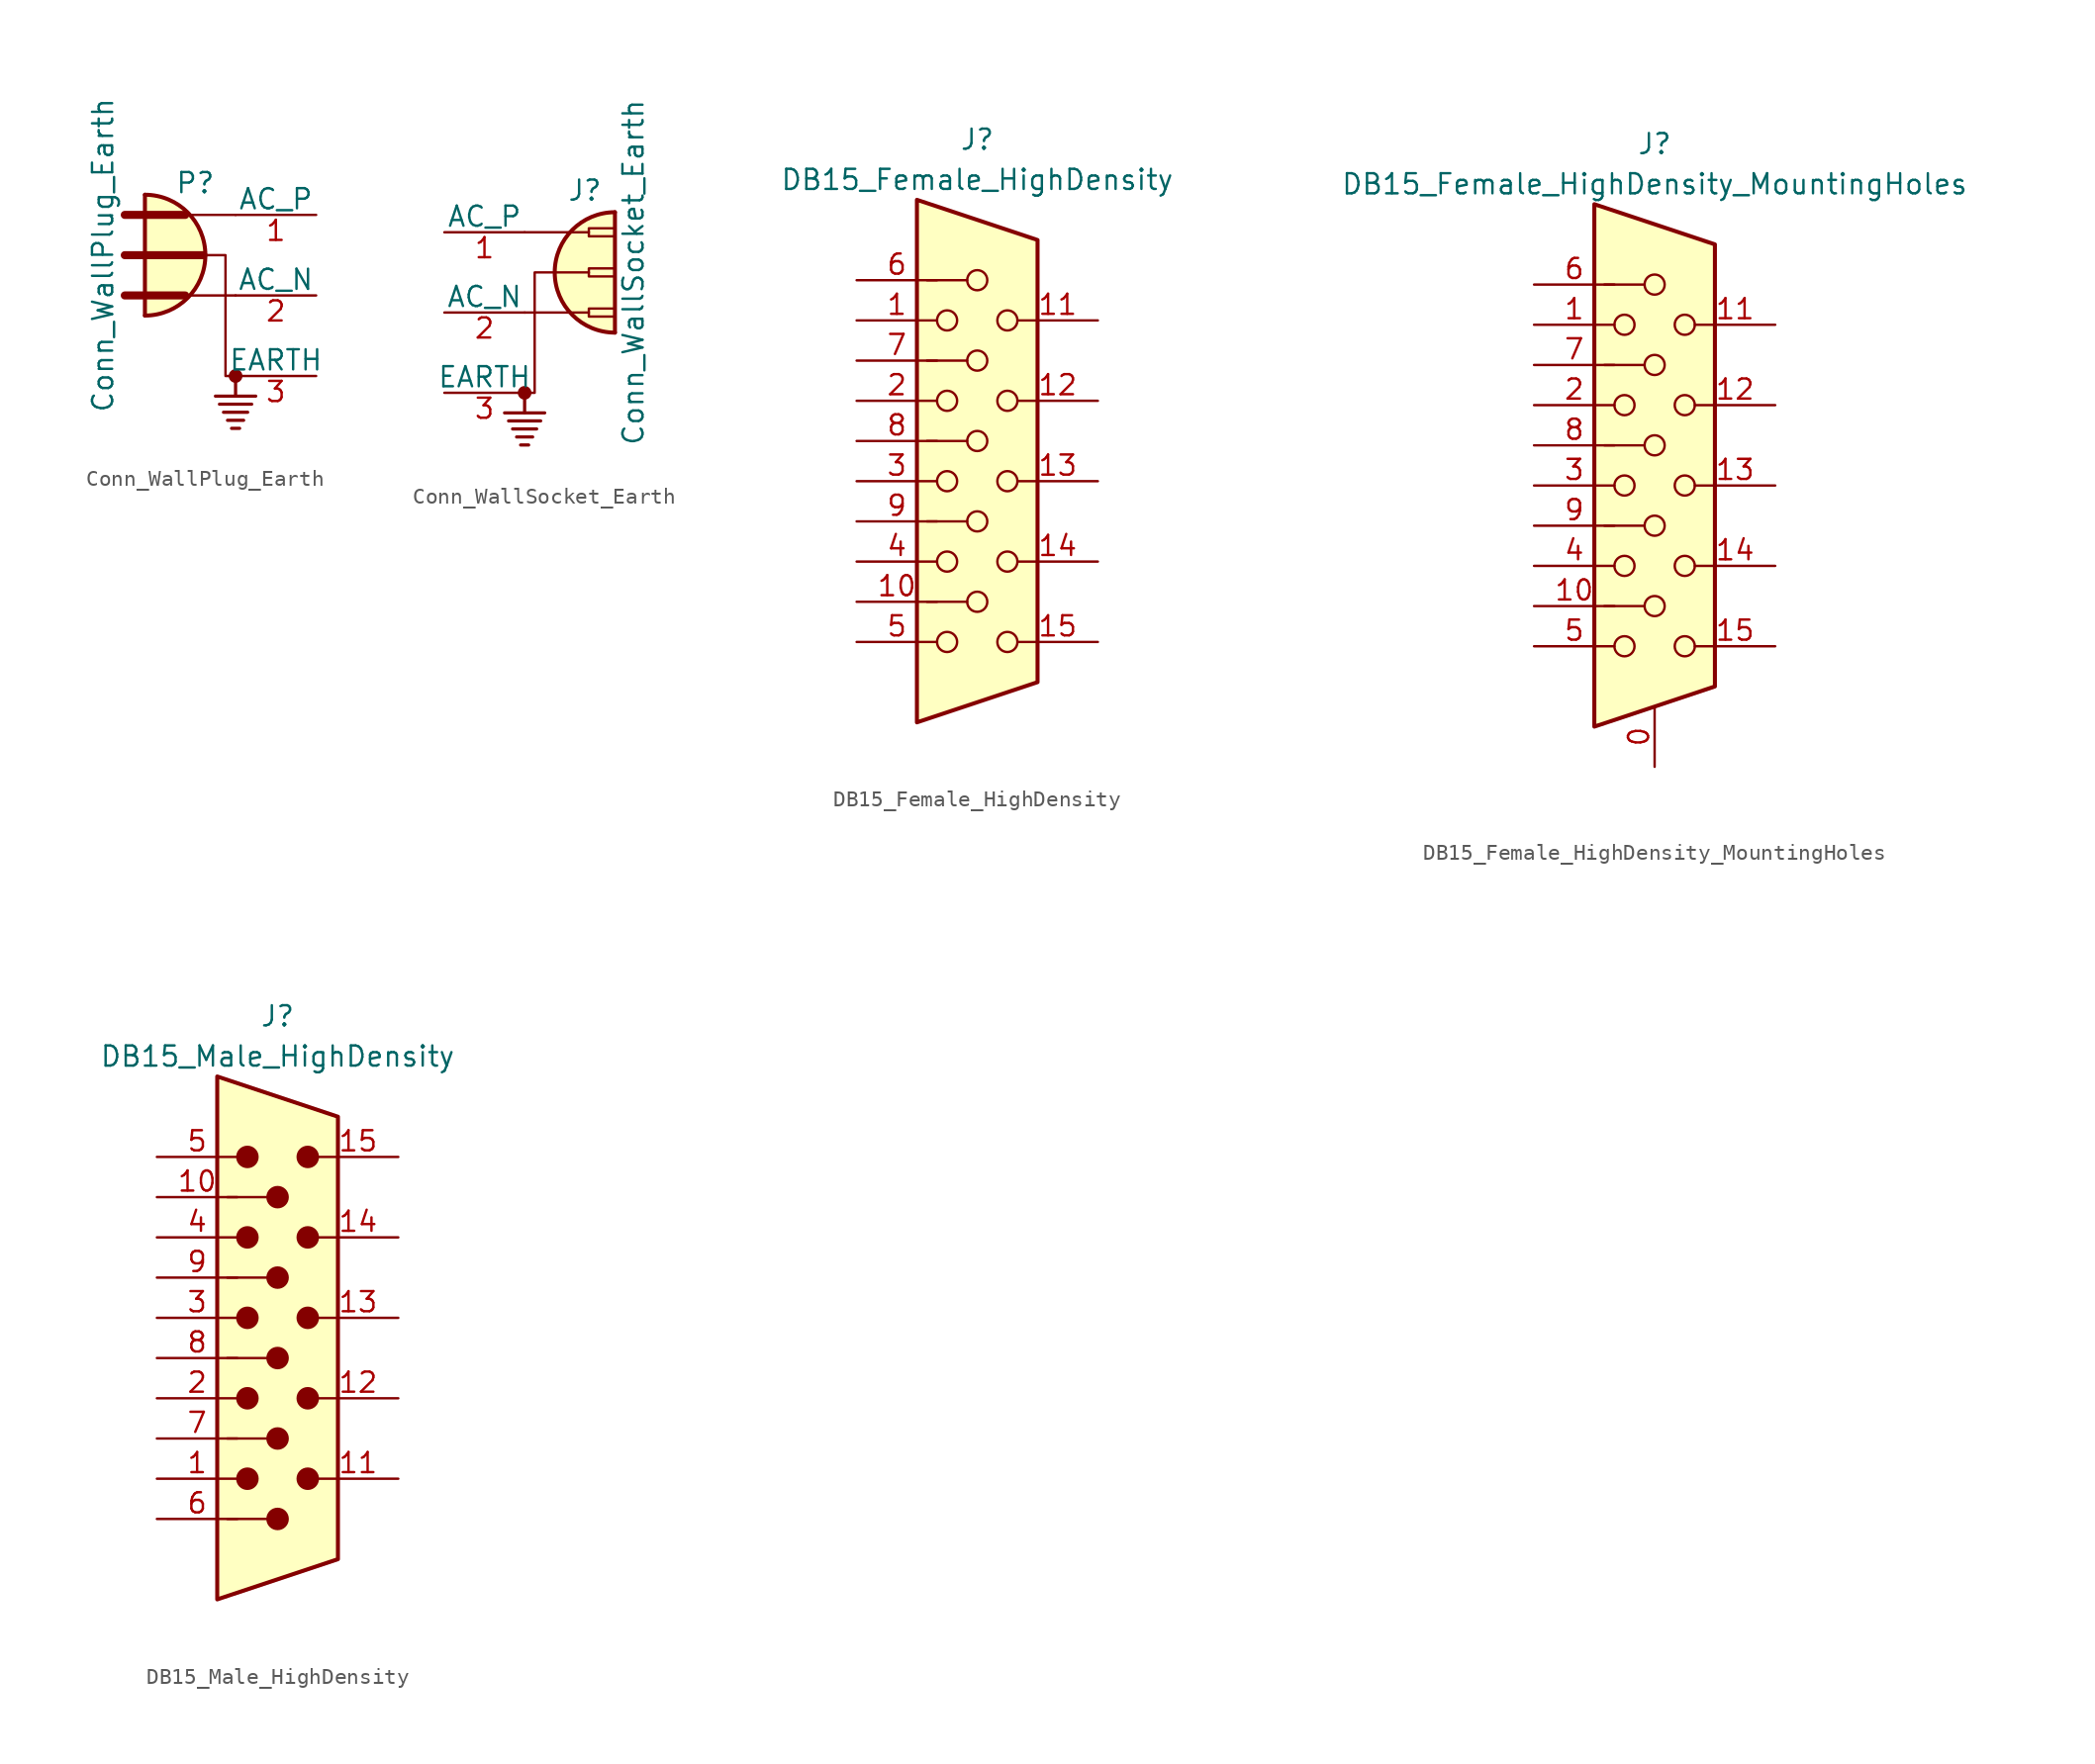
<source format=kicad_sym>
(kicad_symbol_lib
  (version 20201005)
  (generator kicad_symbol_editor)
  (symbol "Connector:Conn_WallPlug_Earth"
    (pin_names
      (offset 0))
    (property "Reference" "P"
      (at 0 3.81 0)
      (effects (font (size 1.27 1.27)) (justify bottom)))
    (property "Value" "Conn_WallPlug_Earth"
      (at -5.08 0 90)
      (effects (font (size 1.27 1.27)) (justify bottom)))
    (symbol "Conn_WallPlug_Earth_0_1"
      (arc (start -3.175 -3.81) (end -3.175 3.81) (radius (at -3.175 0) (length 3.81) (angles -89.9 89.9)) (stroke (width 0.254)) (fill (type background)))
      (circle (center 2.54 -7.62) (radius 0.356) (stroke (width 0)) (fill (type outline)))
      (polyline (pts (xy -4.445 -2.54) (xy -0.635 -2.54)) (stroke (width 0.508)) (fill (type none)))
      (polyline (pts (xy -4.445 0) (xy 0.508 0)) (stroke (width 0.508)) (fill (type none)))
      (polyline (pts (xy -4.445 2.54) (xy -0.635 2.54)) (stroke (width 0.508)) (fill (type none)))
      (polyline (pts (xy -3.175 -3.81) (xy -3.175 3.81)) (stroke (width 0.254)) (fill (type none)))
      (polyline (pts (xy -0.635 -2.54) (xy 2.54 -2.54)) (stroke (width 0)) (fill (type none)))
      (polyline (pts (xy -0.635 2.54) (xy 2.54 2.54)) (stroke (width 0)) (fill (type none)))
      (polyline (pts (xy 1.524 -9.398) (xy 3.556 -9.398)) (stroke (width 0.203)) (fill (type none)))
      (polyline (pts (xy 1.778 -9.906) (xy 3.302 -9.906)) (stroke (width 0.203)) (fill (type none)))
      (polyline (pts (xy 2.032 -10.414) (xy 3.048 -10.414)) (stroke (width 0.203)) (fill (type none)))
      (polyline (pts (xy 2.286 -10.922) (xy 2.794 -10.922)) (stroke (width 0.203)) (fill (type none)))
      (polyline (pts (xy 2.54 -7.62) (xy 2.54 -8.89)) (stroke (width 0.203)) (fill (type none)))
      (polyline (pts (xy 3.81 -8.89) (xy 1.27 -8.89)) (stroke (width 0.203)) (fill (type none)))
      (polyline (pts (xy 2.54 -7.62) (xy 1.905 -7.62) (xy 1.905 0) (xy -4.445 0)) (stroke (width 0)) (fill (type none))))
    (symbol "Conn_WallPlug_Earth_1_1"
      (pin power_out line (at 7.62 2.54 180) (length 5.08) (name "AC_P" (effects (font (size 1.27 1.27)))) (number "1" (effects (font (size 1.27 1.27)))))
      (pin power_out line (at 7.62 -2.54 180) (length 5.08) (name "AC_N" (effects (font (size 1.27 1.27)))) (number "2" (effects (font (size 1.27 1.27)))))
      (pin passive line (at 7.62 -7.62 180) (length 5.08) (name "EARTH" (effects (font (size 1.27 1.27)))) (number "3" (effects (font (size 1.27 1.27)))))))
  (symbol "Connector:Conn_WallSocket_Earth"
    (pin_names
      (offset 0))
    (property "Reference" "J"
      (at 3.81 6.985 0)
      (effects (font (size 1.27 1.27)) (justify bottom)))
    (property "Value" "Conn_WallSocket_Earth"
      (at 7.62 2.54 90)
      (effects (font (size 1.27 1.27)) (justify bottom)))
    (symbol "Conn_WallSocket_Earth_0_1"
      (arc (start 5.715 6.35) (end 5.715 -1.27) (radius (at 5.715 2.54) (length 3.81) (angles 90.1 -90.1)) (stroke (width 0.254)) (fill (type background)))
      (circle (center 0 -5.08) (radius 0.356) (stroke (width 0)) (fill (type outline)))
      (rectangle (start 5.715 -0.254) (end 4.064 0.254) (stroke (width 0)) (fill (type none)))
      (rectangle (start 5.715 2.286) (end 4.064 2.794) (stroke (width 0)) (fill (type none)))
      (rectangle (start 5.715 4.826) (end 4.064 5.334) (stroke (width 0)) (fill (type none)))
      (polyline (pts (xy -1.27 -6.35) (xy 1.27 -6.35)) (stroke (width 0.203)) (fill (type none)))
      (polyline (pts (xy 0 -5.08) (xy 0 -6.35)) (stroke (width 0.203)) (fill (type none)))
      (polyline (pts (xy 0.254 -8.382) (xy -0.254 -8.382)) (stroke (width 0.203)) (fill (type none)))
      (polyline (pts (xy 0.508 -7.874) (xy -0.508 -7.874)) (stroke (width 0.203)) (fill (type none)))
      (polyline (pts (xy 0.762 -7.366) (xy -0.762 -7.366)) (stroke (width 0.203)) (fill (type none)))
      (polyline (pts (xy 1.016 -6.858) (xy -1.016 -6.858)) (stroke (width 0.203)) (fill (type none)))
      (polyline (pts (xy 4.064 0) (xy 0 0)) (stroke (width 0)) (fill (type none)))
      (polyline (pts (xy 4.064 5.08) (xy 0 5.08)) (stroke (width 0)) (fill (type none)))
      (polyline (pts (xy 5.715 -1.27) (xy 5.715 6.35)) (stroke (width 0.254)) (fill (type none)))
      (polyline (pts (xy 0 -5.08) (xy 0.635 -5.08) (xy 0.635 2.54) (xy 4.064 2.54)) (stroke (width 0)) (fill (type none))))
    (symbol "Conn_WallSocket_Earth_1_1"
      (pin power_in line (at -5.08 5.08 0) (length 5.08) (name "AC_P" (effects (font (size 1.27 1.27)))) (number "1" (effects (font (size 1.27 1.27)))))
      (pin power_in line (at -5.08 0 0) (length 5.08) (name "AC_N" (effects (font (size 1.27 1.27)))) (number "2" (effects (font (size 1.27 1.27)))))
      (pin passive line (at -5.08 -5.08 0) (length 5.08) (name "EARTH" (effects (font (size 1.27 1.27)))) (number "3" (effects (font (size 1.27 1.27)))))))
  (symbol "Connector:DB15_Female_HighDensity"
    (pin_names
      (offset 1.016) hide)
    (property "Reference" "J"
      (at 0 21.59 0)
      (effects (font (size 1.27 1.27))))
    (property "Value" "DB15_Female_HighDensity"
      (at 0 19.05 0)
      (effects (font (size 1.27 1.27))))
    (symbol "DB15_Female_HighDensity_0_1"
      (circle (center -1.905 -10.16) (radius 0.635) (stroke (width 0)) (fill (type none)))
      (circle (center -1.905 -5.08) (radius 0.635) (stroke (width 0)) (fill (type none)))
      (circle (center -1.905 0) (radius 0.635) (stroke (width 0)) (fill (type none)))
      (circle (center -1.905 5.08) (radius 0.635) (stroke (width 0)) (fill (type none)))
      (circle (center -1.905 10.16) (radius 0.635) (stroke (width 0)) (fill (type none)))
      (circle (center 0 -7.62) (radius 0.635) (stroke (width 0)) (fill (type none)))
      (circle (center 0 -2.54) (radius 0.635) (stroke (width 0)) (fill (type none)))
      (circle (center 0 2.54) (radius 0.635) (stroke (width 0)) (fill (type none)))
      (circle (center 0 7.62) (radius 0.635) (stroke (width 0)) (fill (type none)))
      (circle (center 0 12.7) (radius 0.635) (stroke (width 0)) (fill (type none)))
      (circle (center 1.905 -10.16) (radius 0.635) (stroke (width 0)) (fill (type none)))
      (circle (center 1.905 -5.08) (radius 0.635) (stroke (width 0)) (fill (type none)))
      (circle (center 1.905 0) (radius 0.635) (stroke (width 0)) (fill (type none)))
      (circle (center 1.905 5.08) (radius 0.635) (stroke (width 0)) (fill (type none)))
      (circle (center 1.905 10.16) (radius 0.635) (stroke (width 0)) (fill (type none)))
      (polyline (pts (xy -3.175 7.62) (xy -0.635 7.62)) (stroke (width 0)) (fill (type none)))
      (polyline (pts (xy -0.635 -7.62) (xy -3.175 -7.62)) (stroke (width 0)) (fill (type none)))
      (polyline (pts (xy -0.635 -2.54) (xy -3.175 -2.54)) (stroke (width 0)) (fill (type none)))
      (polyline (pts (xy -0.635 2.54) (xy -3.175 2.54)) (stroke (width 0)) (fill (type none)))
      (polyline (pts (xy -0.635 12.7) (xy -3.175 12.7)) (stroke (width 0)) (fill (type none)))
      (polyline (pts (xy -3.81 17.78) (xy -3.81 -15.24) (xy 3.81 -12.7) (xy 3.81 15.24) (xy -3.81 17.78)) (stroke (width 0.254)) (fill (type background))))
    (symbol "DB15_Female_HighDensity_1_1"
      (pin passive line (at -7.62 10.16 0) (length 5.08) (name "~" (effects (font (size 1.27 1.27)))) (number "1" (effects (font (size 1.27 1.27)))))
      (pin passive line (at -7.62 -7.62 0) (length 5.08) (name "~" (effects (font (size 1.27 1.27)))) (number "10" (effects (font (size 1.27 1.27)))))
      (pin passive line (at 7.62 10.16 180) (length 5.08) (name "~" (effects (font (size 1.27 1.27)))) (number "11" (effects (font (size 1.27 1.27)))))
      (pin passive line (at 7.62 5.08 180) (length 5.08) (name "~" (effects (font (size 1.27 1.27)))) (number "12" (effects (font (size 1.27 1.27)))))
      (pin passive line (at 7.62 0 180) (length 5.08) (name "~" (effects (font (size 1.27 1.27)))) (number "13" (effects (font (size 1.27 1.27)))))
      (pin passive line (at 7.62 -5.08 180) (length 5.08) (name "~" (effects (font (size 1.27 1.27)))) (number "14" (effects (font (size 1.27 1.27)))))
      (pin passive line (at 7.62 -10.16 180) (length 5.08) (name "~" (effects (font (size 1.27 1.27)))) (number "15" (effects (font (size 1.27 1.27)))))
      (pin passive line (at -7.62 5.08 0) (length 5.08) (name "~" (effects (font (size 1.27 1.27)))) (number "2" (effects (font (size 1.27 1.27)))))
      (pin passive line (at -7.62 0 0) (length 5.08) (name "~" (effects (font (size 1.27 1.27)))) (number "3" (effects (font (size 1.27 1.27)))))
      (pin passive line (at -7.62 -5.08 0) (length 5.08) (name "~" (effects (font (size 1.27 1.27)))) (number "4" (effects (font (size 1.27 1.27)))))
      (pin passive line (at -7.62 -10.16 0) (length 5.08) (name "~" (effects (font (size 1.27 1.27)))) (number "5" (effects (font (size 1.27 1.27)))))
      (pin passive line (at -7.62 12.7 0) (length 5.08) (name "~" (effects (font (size 1.27 1.27)))) (number "6" (effects (font (size 1.27 1.27)))))
      (pin passive line (at -7.62 7.62 0) (length 5.08) (name "~" (effects (font (size 1.27 1.27)))) (number "7" (effects (font (size 1.27 1.27)))))
      (pin passive line (at -7.62 2.54 0) (length 5.08) (name "~" (effects (font (size 1.27 1.27)))) (number "8" (effects (font (size 1.27 1.27)))))
      (pin passive line (at -7.62 -2.54 0) (length 5.08) (name "~" (effects (font (size 1.27 1.27)))) (number "9" (effects (font (size 1.27 1.27)))))))
  (symbol "Connector:DB15_Female_HighDensity_MountingHoles"
    (pin_names
      (offset 1.016) hide)
    (property "Reference" "J"
      (at 0 21.59 0)
      (effects (font (size 1.27 1.27))))
    (property "Value" "DB15_Female_HighDensity_MountingHoles"
      (at 0 19.05 0)
      (effects (font (size 1.27 1.27))))
    (symbol "DB15_Female_HighDensity_MountingHoles_0_1"
      (circle (center -1.905 -10.16) (radius 0.635) (stroke (width 0)) (fill (type none)))
      (circle (center -1.905 -5.08) (radius 0.635) (stroke (width 0)) (fill (type none)))
      (circle (center -1.905 0) (radius 0.635) (stroke (width 0)) (fill (type none)))
      (circle (center -1.905 5.08) (radius 0.635) (stroke (width 0)) (fill (type none)))
      (circle (center -1.905 10.16) (radius 0.635) (stroke (width 0)) (fill (type none)))
      (circle (center 0 -7.62) (radius 0.635) (stroke (width 0)) (fill (type none)))
      (circle (center 0 -2.54) (radius 0.635) (stroke (width 0)) (fill (type none)))
      (circle (center 0 2.54) (radius 0.635) (stroke (width 0)) (fill (type none)))
      (circle (center 0 7.62) (radius 0.635) (stroke (width 0)) (fill (type none)))
      (circle (center 0 12.7) (radius 0.635) (stroke (width 0)) (fill (type none)))
      (circle (center 1.905 -10.16) (radius 0.635) (stroke (width 0)) (fill (type none)))
      (circle (center 1.905 -5.08) (radius 0.635) (stroke (width 0)) (fill (type none)))
      (circle (center 1.905 0) (radius 0.635) (stroke (width 0)) (fill (type none)))
      (circle (center 1.905 5.08) (radius 0.635) (stroke (width 0)) (fill (type none)))
      (circle (center 1.905 10.16) (radius 0.635) (stroke (width 0)) (fill (type none)))
      (polyline (pts (xy -3.175 7.62) (xy -0.635 7.62)) (stroke (width 0)) (fill (type none)))
      (polyline (pts (xy -0.635 -7.62) (xy -3.175 -7.62)) (stroke (width 0)) (fill (type none)))
      (polyline (pts (xy -0.635 -2.54) (xy -3.175 -2.54)) (stroke (width 0)) (fill (type none)))
      (polyline (pts (xy -0.635 2.54) (xy -3.175 2.54)) (stroke (width 0)) (fill (type none)))
      (polyline (pts (xy -0.635 12.7) (xy -3.175 12.7)) (stroke (width 0)) (fill (type none)))
      (polyline (pts (xy -3.81 17.78) (xy -3.81 -15.24) (xy 3.81 -12.7) (xy 3.81 15.24) (xy -3.81 17.78)) (stroke (width 0.254)) (fill (type background))))
    (symbol "DB15_Female_HighDensity_MountingHoles_1_1"
      (pin passive line (at 0 -17.78 90) (length 3.81) (name "~" (effects (font (size 1.27 1.27)))) (number "0" (effects (font (size 1.27 1.27)))))
      (pin passive line (at -7.62 10.16 0) (length 5.08) (name "~" (effects (font (size 1.27 1.27)))) (number "1" (effects (font (size 1.27 1.27)))))
      (pin passive line (at -7.62 -7.62 0) (length 5.08) (name "~" (effects (font (size 1.27 1.27)))) (number "10" (effects (font (size 1.27 1.27)))))
      (pin passive line (at 7.62 10.16 180) (length 5.08) (name "~" (effects (font (size 1.27 1.27)))) (number "11" (effects (font (size 1.27 1.27)))))
      (pin passive line (at 7.62 5.08 180) (length 5.08) (name "~" (effects (font (size 1.27 1.27)))) (number "12" (effects (font (size 1.27 1.27)))))
      (pin passive line (at 7.62 0 180) (length 5.08) (name "~" (effects (font (size 1.27 1.27)))) (number "13" (effects (font (size 1.27 1.27)))))
      (pin passive line (at 7.62 -5.08 180) (length 5.08) (name "~" (effects (font (size 1.27 1.27)))) (number "14" (effects (font (size 1.27 1.27)))))
      (pin passive line (at 7.62 -10.16 180) (length 5.08) (name "~" (effects (font (size 1.27 1.27)))) (number "15" (effects (font (size 1.27 1.27)))))
      (pin passive line (at -7.62 5.08 0) (length 5.08) (name "~" (effects (font (size 1.27 1.27)))) (number "2" (effects (font (size 1.27 1.27)))))
      (pin passive line (at -7.62 0 0) (length 5.08) (name "~" (effects (font (size 1.27 1.27)))) (number "3" (effects (font (size 1.27 1.27)))))
      (pin passive line (at -7.62 -5.08 0) (length 5.08) (name "~" (effects (font (size 1.27 1.27)))) (number "4" (effects (font (size 1.27 1.27)))))
      (pin passive line (at -7.62 -10.16 0) (length 5.08) (name "~" (effects (font (size 1.27 1.27)))) (number "5" (effects (font (size 1.27 1.27)))))
      (pin passive line (at -7.62 12.7 0) (length 5.08) (name "~" (effects (font (size 1.27 1.27)))) (number "6" (effects (font (size 1.27 1.27)))))
      (pin passive line (at -7.62 7.62 0) (length 5.08) (name "~" (effects (font (size 1.27 1.27)))) (number "7" (effects (font (size 1.27 1.27)))))
      (pin passive line (at -7.62 2.54 0) (length 5.08) (name "~" (effects (font (size 1.27 1.27)))) (number "8" (effects (font (size 1.27 1.27)))))
      (pin passive line (at -7.62 -2.54 0) (length 5.08) (name "~" (effects (font (size 1.27 1.27)))) (number "9" (effects (font (size 1.27 1.27)))))))
  (symbol "Connector:DB15_Male_HighDensity"
    (pin_names
      (offset 1.016) hide)
    (property "Reference" "J"
      (at 0 21.59 0)
      (effects (font (size 1.27 1.27))))
    (property "Value" "DB15_Male_HighDensity"
      (at 0 19.05 0)
      (effects (font (size 1.27 1.27))))
    (symbol "DB15_Male_HighDensity_0_1"
      (circle (center -1.905 -7.62) (radius 0.635) (stroke (width 0)) (fill (type outline)))
      (circle (center -1.905 -2.54) (radius 0.635) (stroke (width 0)) (fill (type outline)))
      (circle (center -1.905 2.54) (radius 0.635) (stroke (width 0)) (fill (type outline)))
      (circle (center -1.905 7.62) (radius 0.635) (stroke (width 0)) (fill (type outline)))
      (circle (center -1.905 12.7) (radius 0.635) (stroke (width 0)) (fill (type outline)))
      (circle (center 0 -10.16) (radius 0.635) (stroke (width 0)) (fill (type outline)))
      (circle (center 0 -5.08) (radius 0.635) (stroke (width 0)) (fill (type outline)))
      (circle (center 0 0) (radius 0.635) (stroke (width 0)) (fill (type outline)))
      (circle (center 0 5.08) (radius 0.635) (stroke (width 0)) (fill (type outline)))
      (circle (center 0 10.16) (radius 0.635) (stroke (width 0)) (fill (type outline)))
      (circle (center 1.905 -7.62) (radius 0.635) (stroke (width 0)) (fill (type outline)))
      (circle (center 1.905 -2.54) (radius 0.635) (stroke (width 0)) (fill (type outline)))
      (circle (center 1.905 2.54) (radius 0.635) (stroke (width 0)) (fill (type outline)))
      (circle (center 1.905 7.62) (radius 0.635) (stroke (width 0)) (fill (type outline)))
      (circle (center 1.905 12.7) (radius 0.635) (stroke (width 0)) (fill (type outline)))
      (polyline (pts (xy -3.175 -5.08) (xy -0.635 -5.08)) (stroke (width 0)) (fill (type none)))
      (polyline (pts (xy -0.635 -10.16) (xy -3.175 -10.16)) (stroke (width 0)) (fill (type none)))
      (polyline (pts (xy -0.635 0) (xy -3.175 0)) (stroke (width 0)) (fill (type none)))
      (polyline (pts (xy -0.635 5.08) (xy -3.175 5.08)) (stroke (width 0)) (fill (type none)))
      (polyline (pts (xy -0.635 10.16) (xy -3.175 10.16)) (stroke (width 0)) (fill (type none)))
      (polyline (pts (xy -3.81 17.78) (xy -3.81 -15.24) (xy 3.81 -12.7) (xy 3.81 15.24) (xy -3.81 17.78)) (stroke (width 0.254)) (fill (type background))))
    (symbol "DB15_Male_HighDensity_1_1"
      (pin passive line (at -7.62 -7.62 0) (length 5.08) (name "~" (effects (font (size 1.27 1.27)))) (number "1" (effects (font (size 1.27 1.27)))))
      (pin passive line (at -7.62 10.16 0) (length 5.08) (name "~" (effects (font (size 1.27 1.27)))) (number "10" (effects (font (size 1.27 1.27)))))
      (pin passive line (at 7.62 -7.62 180) (length 5.08) (name "~" (effects (font (size 1.27 1.27)))) (number "11" (effects (font (size 1.27 1.27)))))
      (pin passive line (at 7.62 -2.54 180) (length 5.08) (name "~" (effects (font (size 1.27 1.27)))) (number "12" (effects (font (size 1.27 1.27)))))
      (pin passive line (at 7.62 2.54 180) (length 5.08) (name "~" (effects (font (size 1.27 1.27)))) (number "13" (effects (font (size 1.27 1.27)))))
      (pin passive line (at 7.62 7.62 180) (length 5.08) (name "~" (effects (font (size 1.27 1.27)))) (number "14" (effects (font (size 1.27 1.27)))))
      (pin passive line (at 7.62 12.7 180) (length 5.08) (name "~" (effects (font (size 1.27 1.27)))) (number "15" (effects (font (size 1.27 1.27)))))
      (pin passive line (at -7.62 -2.54 0) (length 5.08) (name "~" (effects (font (size 1.27 1.27)))) (number "2" (effects (font (size 1.27 1.27)))))
      (pin passive line (at -7.62 2.54 0) (length 5.08) (name "~" (effects (font (size 1.27 1.27)))) (number "3" (effects (font (size 1.27 1.27)))))
      (pin passive line (at -7.62 7.62 0) (length 5.08) (name "~" (effects (font (size 1.27 1.27)))) (number "4" (effects (font (size 1.27 1.27)))))
      (pin passive line (at -7.62 12.7 0) (length 5.08) (name "~" (effects (font (size 1.27 1.27)))) (number "5" (effects (font (size 1.27 1.27)))))
      (pin passive line (at -7.62 -10.16 0) (length 5.08) (name "~" (effects (font (size 1.27 1.27)))) (number "6" (effects (font (size 1.27 1.27)))))
      (pin passive line (at -7.62 -5.08 0) (length 5.08) (name "~" (effects (font (size 1.27 1.27)))) (number "7" (effects (font (size 1.27 1.27)))))
      (pin passive line (at -7.62 0 0) (length 5.08) (name "~" (effects (font (size 1.27 1.27)))) (number "8" (effects (font (size 1.27 1.27)))))
      (pin passive line (at -7.62 5.08 0) (length 5.08) (name "~" (effects (font (size 1.27 1.27)))) (number "9" (effects (font (size 1.27 1.27))))))))
</source>
